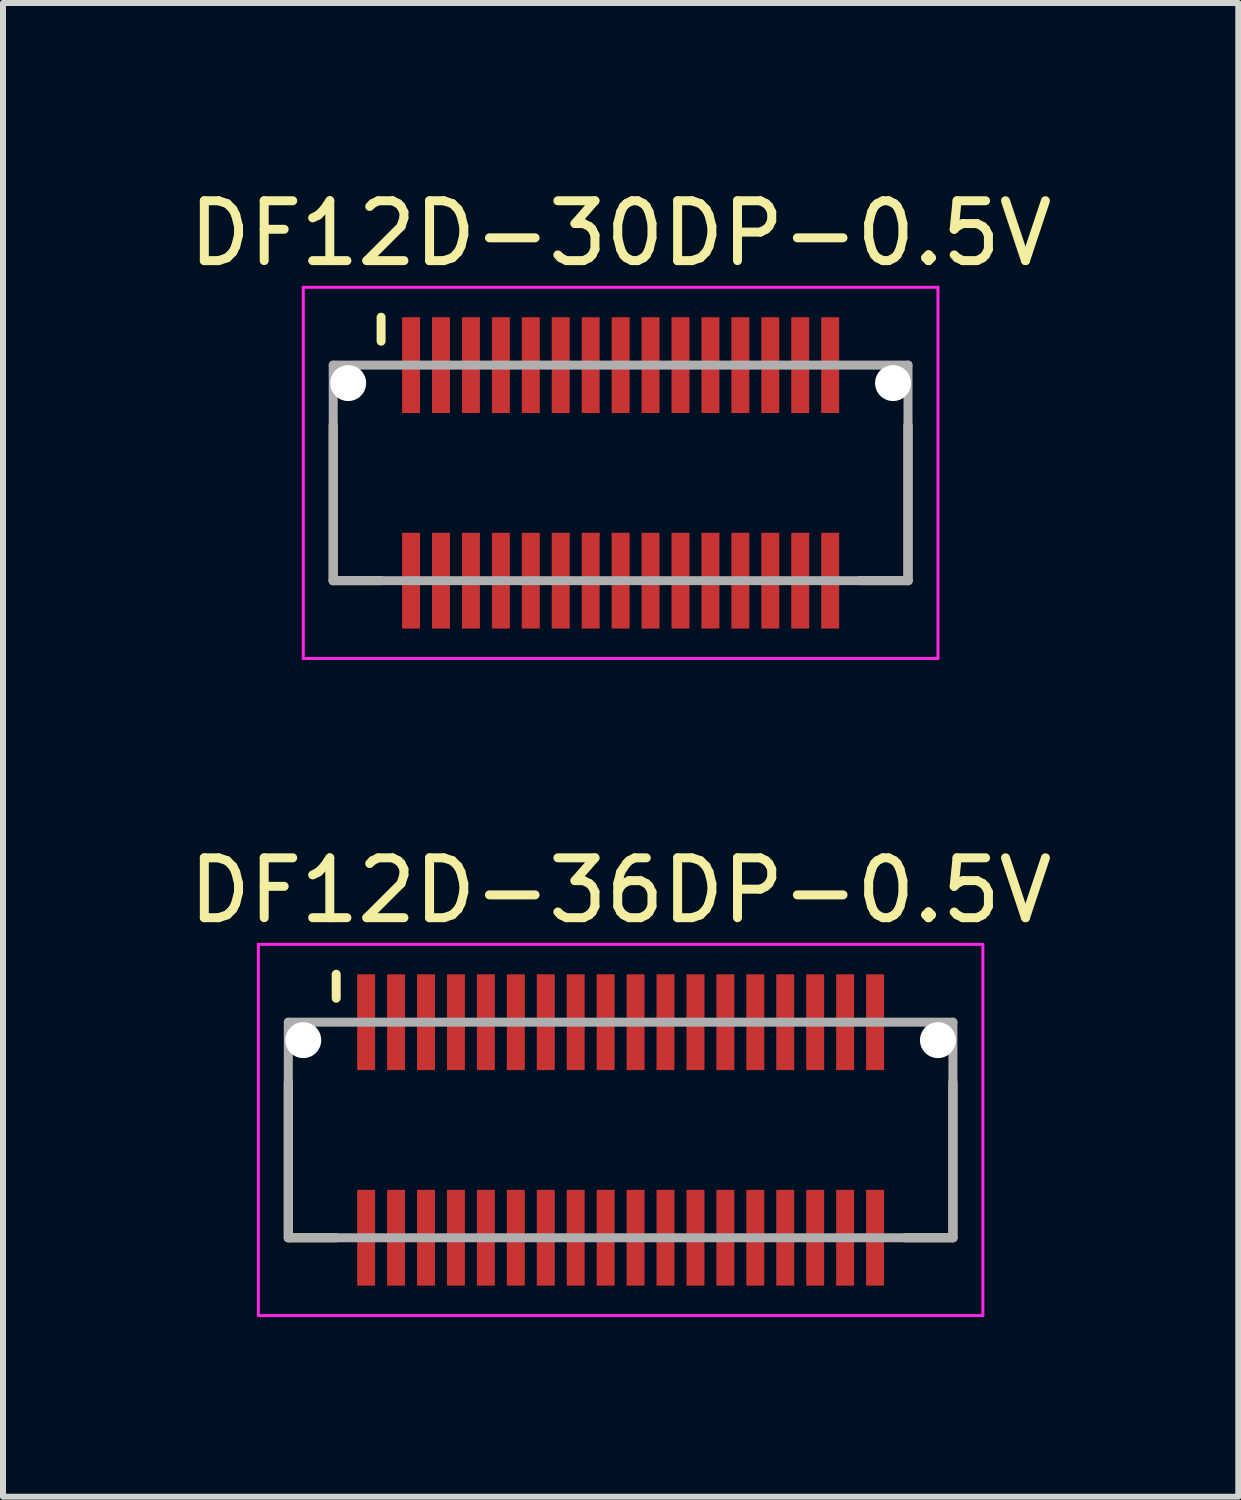
<source format=kicad_pcb>
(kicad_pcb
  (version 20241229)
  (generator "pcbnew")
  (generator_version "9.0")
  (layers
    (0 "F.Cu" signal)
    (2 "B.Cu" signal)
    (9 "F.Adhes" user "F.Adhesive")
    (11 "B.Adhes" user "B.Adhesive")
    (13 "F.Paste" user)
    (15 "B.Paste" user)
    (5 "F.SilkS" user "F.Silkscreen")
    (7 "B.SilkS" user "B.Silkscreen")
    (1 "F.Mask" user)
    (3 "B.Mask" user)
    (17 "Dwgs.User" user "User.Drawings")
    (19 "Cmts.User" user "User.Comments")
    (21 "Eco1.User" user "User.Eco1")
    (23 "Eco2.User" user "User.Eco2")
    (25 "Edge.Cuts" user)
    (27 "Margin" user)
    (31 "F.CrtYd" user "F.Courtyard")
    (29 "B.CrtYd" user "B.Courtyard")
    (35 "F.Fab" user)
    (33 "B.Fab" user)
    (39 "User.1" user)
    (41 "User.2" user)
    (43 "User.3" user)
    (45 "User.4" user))
  (footprint "DF12D-36DP-0.5V"
    (layer "F.Cu")
    (at 7.315 15.822)
    (property "Reference" "DF12D-36DP-0.5V" (at 0 -4 0) (layer "F.SilkS") (effects (font (size 1 1) (thickness 0.15))))
    (attr smd)
    (fp_line (start -5.55 -0.8) (end -5.55 1.8) (stroke (width 0.15) (type solid)) (layer "F.SilkS"))
    (fp_line (start -5.55 1.8) (end -4.75 1.8) (stroke (width 0.15) (type solid)) (layer "F.SilkS"))
    (fp_line (start -4.75 -2.6) (end -4.75 -2.2) (stroke (width 0.15) (type solid)) (layer "F.SilkS"))
    (fp_line (start 4.75 1.8) (end 5.55 1.8) (stroke (width 0.15) (type solid)) (layer "F.SilkS"))
    (fp_line (start 5.55 -0.8) (end 5.55 1.8) (stroke (width 0.15) (type solid)) (layer "F.SilkS"))
    (fp_line (start -6.05 -3.1) (end -6.05 3.1) (stroke (width 0.05) (type solid)) (layer "F.CrtYd"))
    (fp_line (start -6.05 -3.1) (end 6.05 -3.1) (stroke (width 0.05) (type solid)) (layer "F.CrtYd"))
    (fp_line (start -6.05 3.1) (end 6.05 3.1) (stroke (width 0.05) (type solid)) (layer "F.CrtYd"))
    (fp_line (start 6.05 -3.1) (end 6.05 3.1) (stroke (width 0.05) (type solid)) (layer "F.CrtYd"))
    (fp_line (start -5.55 -1.8) (end -5.55 1.8) (stroke (width 0.15) (type solid)) (layer "F.Fab"))
    (fp_line (start -5.55 -1.8) (end 5.55 -1.8) (stroke (width 0.15) (type solid)) (layer "F.Fab"))
    (fp_line (start -5.55 1.8) (end 5.55 1.8) (stroke (width 0.15) (type solid)) (layer "F.Fab"))
    (fp_line (start 5.55 -1.8) (end 5.55 1.8) (stroke (width 0.15) (type solid)) (layer "F.Fab"))
    (pad "" np_thru_hole circle (at -5.3 -1.5) (size 0.6 0.6) (drill 0.6) (layers "*.Cu" "*.Mask"))
    (pad "" np_thru_hole circle (at 5.3 -1.5) (size 0.6 0.6) (drill 0.6) (layers "*.Cu" "*.Mask"))
    (pad "1" smd rect (at -4.25 -1.8) (size 0.3 1.6) (layers "F.Cu" "F.Mask" "F.Paste"))
    (pad "2" smd rect (at -4.25 1.8) (size 0.3 1.6) (layers "F.Cu" "F.Mask" "F.Paste"))
    (pad "3" smd rect (at -3.75 -1.8) (size 0.3 1.6) (layers "F.Cu" "F.Mask" "F.Paste"))
    (pad "4" smd rect (at -3.75 1.8) (size 0.3 1.6) (layers "F.Cu" "F.Mask" "F.Paste"))
    (pad "5" smd rect (at -3.25 -1.8) (size 0.3 1.6) (layers "F.Cu" "F.Mask" "F.Paste"))
    (pad "6" smd rect (at -3.25 1.8) (size 0.3 1.6) (layers "F.Cu" "F.Mask" "F.Paste"))
    (pad "7" smd rect (at -2.75 -1.8) (size 0.3 1.6) (layers "F.Cu" "F.Mask" "F.Paste"))
    (pad "8" smd rect (at -2.75 1.8) (size 0.3 1.6) (layers "F.Cu" "F.Mask" "F.Paste"))
    (pad "9" smd rect (at -2.25 -1.8) (size 0.3 1.6) (layers "F.Cu" "F.Mask" "F.Paste"))
    (pad "10" smd rect (at -2.25 1.8) (size 0.3 1.6) (layers "F.Cu" "F.Mask" "F.Paste"))
    (pad "11" smd rect (at -1.75 -1.8) (size 0.3 1.6) (layers "F.Cu" "F.Mask" "F.Paste"))
    (pad "12" smd rect (at -1.75 1.8) (size 0.3 1.6) (layers "F.Cu" "F.Mask" "F.Paste"))
    (pad "13" smd rect (at -1.25 -1.8) (size 0.3 1.6) (layers "F.Cu" "F.Mask" "F.Paste"))
    (pad "14" smd rect (at -1.25 1.8) (size 0.3 1.6) (layers "F.Cu" "F.Mask" "F.Paste"))
    (pad "15" smd rect (at -0.75 -1.8) (size 0.3 1.6) (layers "F.Cu" "F.Mask" "F.Paste"))
    (pad "16" smd rect (at -0.75 1.8) (size 0.3 1.6) (layers "F.Cu" "F.Mask" "F.Paste"))
    (pad "17" smd rect (at -0.25 -1.8) (size 0.3 1.6) (layers "F.Cu" "F.Mask" "F.Paste"))
    (pad "18" smd rect (at -0.25 1.8) (size 0.3 1.6) (layers "F.Cu" "F.Mask" "F.Paste"))
    (pad "19" smd rect (at 0.25 -1.8) (size 0.3 1.6) (layers "F.Cu" "F.Mask" "F.Paste"))
    (pad "20" smd rect (at 0.25 1.8) (size 0.3 1.6) (layers "F.Cu" "F.Mask" "F.Paste"))
    (pad "21" smd rect (at 0.75 -1.8) (size 0.3 1.6) (layers "F.Cu" "F.Mask" "F.Paste"))
    (pad "22" smd rect (at 0.75 1.8) (size 0.3 1.6) (layers "F.Cu" "F.Mask" "F.Paste"))
    (pad "23" smd rect (at 1.25 -1.8) (size 0.3 1.6) (layers "F.Cu" "F.Mask" "F.Paste"))
    (pad "24" smd rect (at 1.25 1.8) (size 0.3 1.6) (layers "F.Cu" "F.Mask" "F.Paste"))
    (pad "25" smd rect (at 1.75 -1.8) (size 0.3 1.6) (layers "F.Cu" "F.Mask" "F.Paste"))
    (pad "26" smd rect (at 1.75 1.8) (size 0.3 1.6) (layers "F.Cu" "F.Mask" "F.Paste"))
    (pad "27" smd rect (at 2.25 -1.8) (size 0.3 1.6) (layers "F.Cu" "F.Mask" "F.Paste"))
    (pad "28" smd rect (at 2.25 1.8) (size 0.3 1.6) (layers "F.Cu" "F.Mask" "F.Paste"))
    (pad "29" smd rect (at 2.75 -1.8) (size 0.3 1.6) (layers "F.Cu" "F.Mask" "F.Paste"))
    (pad "30" smd rect (at 2.75 1.8) (size 0.3 1.6) (layers "F.Cu" "F.Mask" "F.Paste"))
    (pad "31" smd rect (at 3.25 -1.8) (size 0.3 1.6) (layers "F.Cu" "F.Mask" "F.Paste"))
    (pad "32" smd rect (at 3.25 1.8) (size 0.3 1.6) (layers "F.Cu" "F.Mask" "F.Paste"))
    (pad "33" smd rect (at 3.75 -1.8) (size 0.3 1.6) (layers "F.Cu" "F.Mask" "F.Paste"))
    (pad "34" smd rect (at 3.75 1.8) (size 0.3 1.6) (layers "F.Cu" "F.Mask" "F.Paste"))
    (pad "35" smd rect (at 4.25 -1.8) (size 0.3 1.6) (layers "F.Cu" "F.Mask" "F.Paste"))
    (pad "36" smd rect (at 4.25 1.8) (size 0.3 1.6) (layers "F.Cu" "F.Mask" "F.Paste")))
  (footprint "DF12D-30DP-0.5V"
    (layer "F.Cu")
    (at 7.315 4.848)
    (property "Reference" "DF12D-30DP-0.5V" (at 0 -4 0) (layer "F.SilkS") (effects (font (size 1 1) (thickness 0.15))))
    (attr smd)
    (fp_line (start -4.8 -0.8) (end -4.8 1.8) (stroke (width 0.15) (type solid)) (layer "F.SilkS"))
    (fp_line (start -4.8 1.8) (end -4 1.8) (stroke (width 0.15) (type solid)) (layer "F.SilkS"))
    (fp_line (start -4 -2.6) (end -4 -2.2) (stroke (width 0.15) (type solid)) (layer "F.SilkS"))
    (fp_line (start 4 1.8) (end 4.8 1.8) (stroke (width 0.15) (type solid)) (layer "F.SilkS"))
    (fp_line (start 4.8 -0.8) (end 4.8 1.8) (stroke (width 0.15) (type solid)) (layer "F.SilkS"))
    (fp_line (start -5.3 -3.1) (end -5.3 3.1) (stroke (width 0.05) (type solid)) (layer "F.CrtYd"))
    (fp_line (start -5.3 -3.1) (end 5.3 -3.1) (stroke (width 0.05) (type solid)) (layer "F.CrtYd"))
    (fp_line (start -5.3 3.1) (end 5.3 3.1) (stroke (width 0.05) (type solid)) (layer "F.CrtYd"))
    (fp_line (start 5.3 -3.1) (end 5.3 3.1) (stroke (width 0.05) (type solid)) (layer "F.CrtYd"))
    (fp_line (start -4.8 -1.8) (end -4.8 1.8) (stroke (width 0.15) (type solid)) (layer "F.Fab"))
    (fp_line (start -4.8 -1.8) (end 4.8 -1.8) (stroke (width 0.15) (type solid)) (layer "F.Fab"))
    (fp_line (start -4.8 1.8) (end 4.8 1.8) (stroke (width 0.15) (type solid)) (layer "F.Fab"))
    (fp_line (start 4.8 -1.8) (end 4.8 1.8) (stroke (width 0.15) (type solid)) (layer "F.Fab"))
    (pad "" np_thru_hole circle (at -4.55 -1.5) (size 0.6 0.6) (drill 0.6) (layers "*.Cu" "*.Mask"))
    (pad "" np_thru_hole circle (at 4.55 -1.5) (size 0.6 0.6) (drill 0.6) (layers "*.Cu" "*.Mask"))
    (pad "1" smd rect (at -3.5 -1.8) (size 0.3 1.6) (layers "F.Cu" "F.Mask" "F.Paste"))
    (pad "2" smd rect (at -3.5 1.8) (size 0.3 1.6) (layers "F.Cu" "F.Mask" "F.Paste"))
    (pad "3" smd rect (at -3 -1.8) (size 0.3 1.6) (layers "F.Cu" "F.Mask" "F.Paste"))
    (pad "4" smd rect (at -3 1.8) (size 0.3 1.6) (layers "F.Cu" "F.Mask" "F.Paste"))
    (pad "5" smd rect (at -2.5 -1.8) (size 0.3 1.6) (layers "F.Cu" "F.Mask" "F.Paste"))
    (pad "6" smd rect (at -2.5 1.8) (size 0.3 1.6) (layers "F.Cu" "F.Mask" "F.Paste"))
    (pad "7" smd rect (at -2 -1.8) (size 0.3 1.6) (layers "F.Cu" "F.Mask" "F.Paste"))
    (pad "8" smd rect (at -2 1.8) (size 0.3 1.6) (layers "F.Cu" "F.Mask" "F.Paste"))
    (pad "9" smd rect (at -1.5 -1.8) (size 0.3 1.6) (layers "F.Cu" "F.Mask" "F.Paste"))
    (pad "10" smd rect (at -1.5 1.8) (size 0.3 1.6) (layers "F.Cu" "F.Mask" "F.Paste"))
    (pad "11" smd rect (at -1 -1.8) (size 0.3 1.6) (layers "F.Cu" "F.Mask" "F.Paste"))
    (pad "12" smd rect (at -1 1.8) (size 0.3 1.6) (layers "F.Cu" "F.Mask" "F.Paste"))
    (pad "13" smd rect (at -0.5 -1.8) (size 0.3 1.6) (layers "F.Cu" "F.Mask" "F.Paste"))
    (pad "14" smd rect (at -0.5 1.8) (size 0.3 1.6) (layers "F.Cu" "F.Mask" "F.Paste"))
    (pad "15" smd rect (at 0 -1.8) (size 0.3 1.6) (layers "F.Cu" "F.Mask" "F.Paste"))
    (pad "16" smd rect (at 0 1.8) (size 0.3 1.6) (layers "F.Cu" "F.Mask" "F.Paste"))
    (pad "17" smd rect (at 0.5 -1.8) (size 0.3 1.6) (layers "F.Cu" "F.Mask" "F.Paste"))
    (pad "18" smd rect (at 0.5 1.8) (size 0.3 1.6) (layers "F.Cu" "F.Mask" "F.Paste"))
    (pad "19" smd rect (at 1 -1.8) (size 0.3 1.6) (layers "F.Cu" "F.Mask" "F.Paste"))
    (pad "20" smd rect (at 1 1.8) (size 0.3 1.6) (layers "F.Cu" "F.Mask" "F.Paste"))
    (pad "21" smd rect (at 1.5 -1.8) (size 0.3 1.6) (layers "F.Cu" "F.Mask" "F.Paste"))
    (pad "22" smd rect (at 1.5 1.8) (size 0.3 1.6) (layers "F.Cu" "F.Mask" "F.Paste"))
    (pad "23" smd rect (at 2 -1.8) (size 0.3 1.6) (layers "F.Cu" "F.Mask" "F.Paste"))
    (pad "24" smd rect (at 2 1.8) (size 0.3 1.6) (layers "F.Cu" "F.Mask" "F.Paste"))
    (pad "25" smd rect (at 2.5 -1.8) (size 0.3 1.6) (layers "F.Cu" "F.Mask" "F.Paste"))
    (pad "26" smd rect (at 2.5 1.8) (size 0.3 1.6) (layers "F.Cu" "F.Mask" "F.Paste"))
    (pad "27" smd rect (at 3 -1.8) (size 0.3 1.6) (layers "F.Cu" "F.Mask" "F.Paste"))
    (pad "28" smd rect (at 3 1.8) (size 0.3 1.6) (layers "F.Cu" "F.Mask" "F.Paste"))
    (pad "29" smd rect (at 3.5 -1.8) (size 0.3 1.6) (layers "F.Cu" "F.Mask" "F.Paste"))
    (pad "30" smd rect (at 3.5 1.8) (size 0.3 1.6) (layers "F.Cu" "F.Mask" "F.Paste")))
  (gr_rect
    (start -3 -3)
    (end 17.631 21.947)
    (stroke (width 0.1) (type default))
    (fill no)
    (layer "Edge.Cuts")))
</source>
